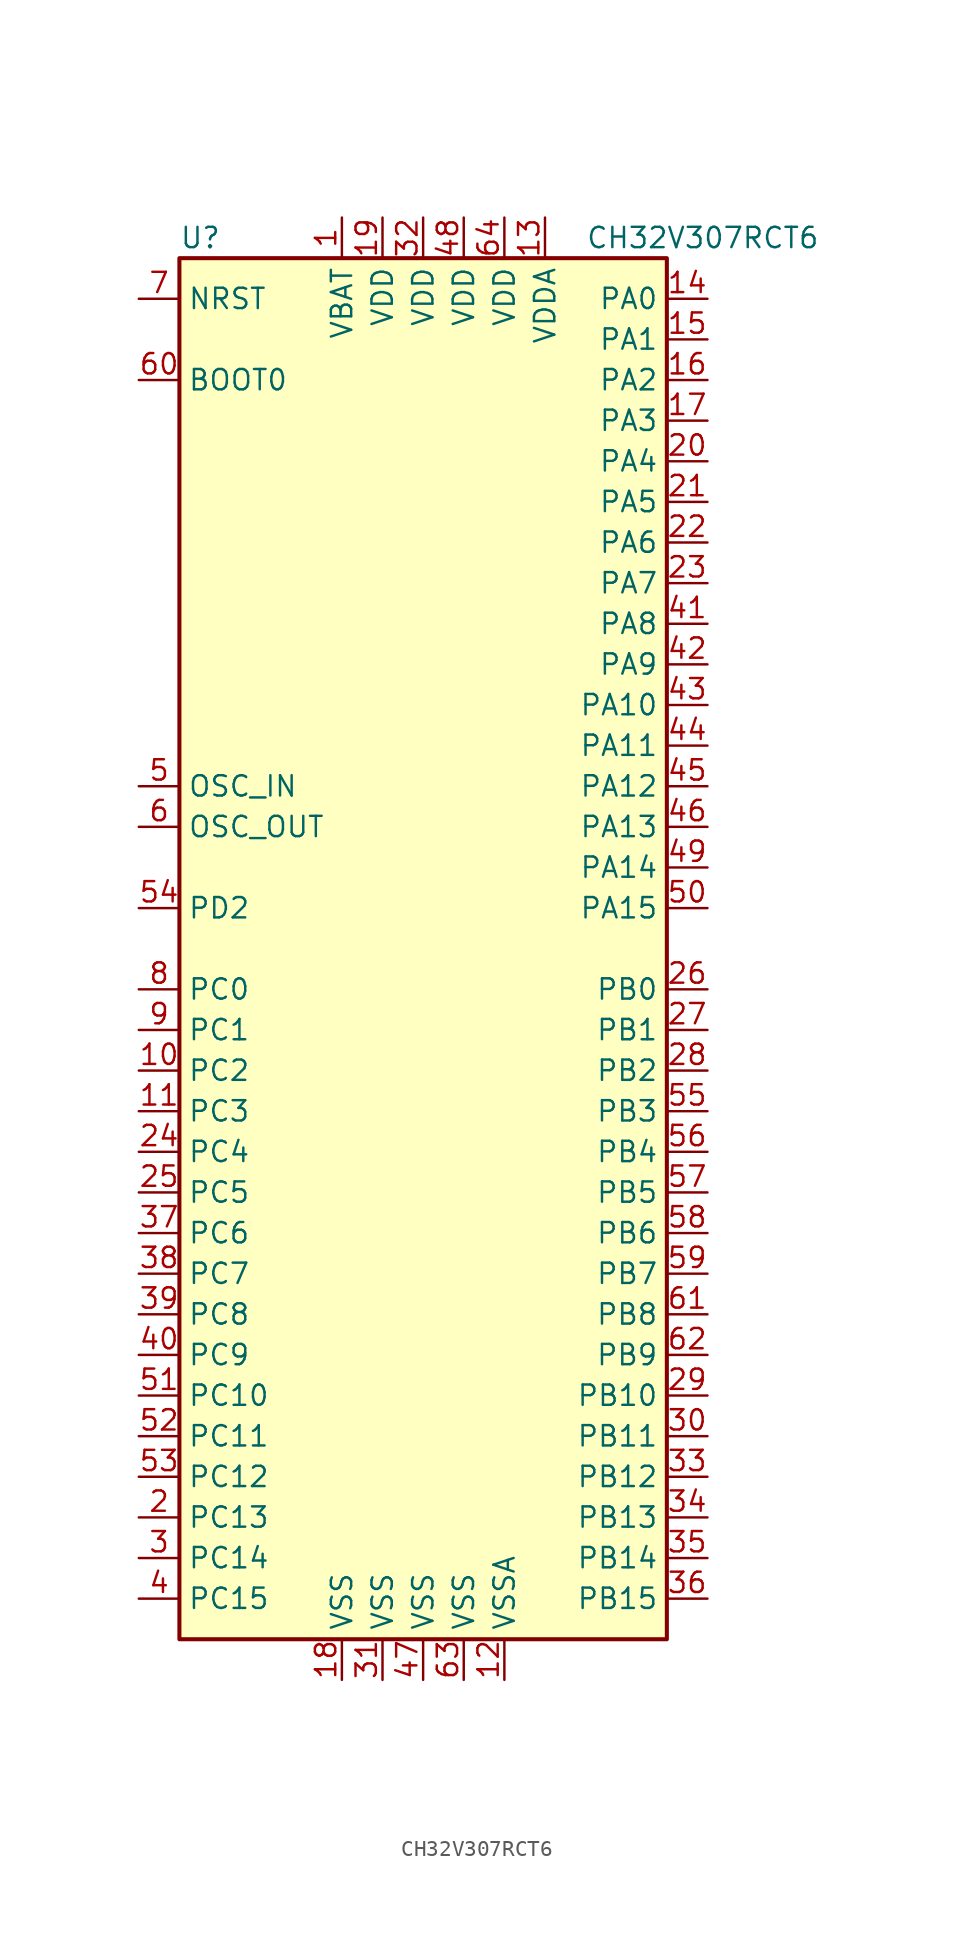
<source format=kicad_sym>
(kicad_symbol_lib
  (version 20211014)
  (generator kicad_symbol_editor)
  (symbol "CH32V307RCT6"
    (property "Reference" "U"
      (at 2.54 3.81 0)
      (effects (font (size 1.27 1.27)) (justify left)))
    (property "Value" "CH32V307RCT6"
      (at 27.94 3.81 0)
      (effects (font (size 1.27 1.27)) (justify left)))
    (symbol "CH32V307RCT6_0_1"
      (rectangle (start 2.54 -83.82) (end 33.02 2.54) (stroke (width 0.254) (type default) (color 0 0 0 0)) (fill (type background))))
    (symbol "CH32V307RCT6_1_1"
      (pin power_in line (at 12.7 5.08 270) (length 2.54) (name "VBAT" (effects (font (size 1.27 1.27)))) (number "1" (effects (font (size 1.27 1.27)))))
      (pin bidirectional line (at 0 -48.26 0) (length 2.54) (name "PC2" (effects (font (size 1.27 1.27)))) (number "10" (effects (font (size 1.27 1.27)))))
      (pin bidirectional line (at 0 -50.8 0) (length 2.54) (name "PC3" (effects (font (size 1.27 1.27)))) (number "11" (effects (font (size 1.27 1.27)))))
      (pin power_in line (at 22.86 -86.36 90) (length 2.54) (name "VSSA" (effects (font (size 1.27 1.27)))) (number "12" (effects (font (size 1.27 1.27)))))
      (pin power_in line (at 25.4 5.08 270) (length 2.54) (name "VDDA" (effects (font (size 1.27 1.27)))) (number "13" (effects (font (size 1.27 1.27)))))
      (pin bidirectional line (at 35.56 0 180) (length 2.54) (name "PA0" (effects (font (size 1.27 1.27)))) (number "14" (effects (font (size 1.27 1.27)))))
      (pin bidirectional line (at 35.56 -2.54 180) (length 2.54) (name "PA1" (effects (font (size 1.27 1.27)))) (number "15" (effects (font (size 1.27 1.27)))))
      (pin bidirectional line (at 35.56 -5.08 180) (length 2.54) (name "PA2" (effects (font (size 1.27 1.27)))) (number "16" (effects (font (size 1.27 1.27)))))
      (pin bidirectional line (at 35.56 -7.62 180) (length 2.54) (name "PA3" (effects (font (size 1.27 1.27)))) (number "17" (effects (font (size 1.27 1.27)))))
      (pin power_in line (at 12.7 -86.36 90) (length 2.54) (name "VSS" (effects (font (size 1.27 1.27)))) (number "18" (effects (font (size 1.27 1.27)))))
      (pin power_in line (at 15.24 5.08 270) (length 2.54) (name "VDD" (effects (font (size 1.27 1.27)))) (number "19" (effects (font (size 1.27 1.27)))))
      (pin bidirectional line (at 0 -76.2 0) (length 2.54) (name "PC13" (effects (font (size 1.27 1.27)))) (number "2" (effects (font (size 1.27 1.27)))))
      (pin bidirectional line (at 35.56 -10.16 180) (length 2.54) (name "PA4" (effects (font (size 1.27 1.27)))) (number "20" (effects (font (size 1.27 1.27)))))
      (pin bidirectional line (at 35.56 -12.7 180) (length 2.54) (name "PA5" (effects (font (size 1.27 1.27)))) (number "21" (effects (font (size 1.27 1.27)))))
      (pin bidirectional line (at 35.56 -15.24 180) (length 2.54) (name "PA6" (effects (font (size 1.27 1.27)))) (number "22" (effects (font (size 1.27 1.27)))))
      (pin bidirectional line (at 35.56 -17.78 180) (length 2.54) (name "PA7" (effects (font (size 1.27 1.27)))) (number "23" (effects (font (size 1.27 1.27)))))
      (pin bidirectional line (at 0 -53.34 0) (length 2.54) (name "PC4" (effects (font (size 1.27 1.27)))) (number "24" (effects (font (size 1.27 1.27)))))
      (pin bidirectional line (at 0 -55.88 0) (length 2.54) (name "PC5" (effects (font (size 1.27 1.27)))) (number "25" (effects (font (size 1.27 1.27)))))
      (pin bidirectional line (at 35.56 -43.18 180) (length 2.54) (name "PB0" (effects (font (size 1.27 1.27)))) (number "26" (effects (font (size 1.27 1.27)))))
      (pin bidirectional line (at 35.56 -45.72 180) (length 2.54) (name "PB1" (effects (font (size 1.27 1.27)))) (number "27" (effects (font (size 1.27 1.27)))))
      (pin bidirectional line (at 35.56 -48.26 180) (length 2.54) (name "PB2" (effects (font (size 1.27 1.27)))) (number "28" (effects (font (size 1.27 1.27)))))
      (pin bidirectional line (at 35.56 -68.58 180) (length 2.54) (name "PB10" (effects (font (size 1.27 1.27)))) (number "29" (effects (font (size 1.27 1.27)))))
      (pin bidirectional line (at 0 -78.74 0) (length 2.54) (name "PC14" (effects (font (size 1.27 1.27)))) (number "3" (effects (font (size 1.27 1.27)))))
      (pin bidirectional line (at 35.56 -71.12 180) (length 2.54) (name "PB11" (effects (font (size 1.27 1.27)))) (number "30" (effects (font (size 1.27 1.27)))))
      (pin power_in line (at 15.24 -86.36 90) (length 2.54) (name "VSS" (effects (font (size 1.27 1.27)))) (number "31" (effects (font (size 1.27 1.27)))))
      (pin power_in line (at 17.78 5.08 270) (length 2.54) (name "VDD" (effects (font (size 1.27 1.27)))) (number "32" (effects (font (size 1.27 1.27)))))
      (pin bidirectional line (at 35.56 -73.66 180) (length 2.54) (name "PB12" (effects (font (size 1.27 1.27)))) (number "33" (effects (font (size 1.27 1.27)))))
      (pin bidirectional line (at 35.56 -76.2 180) (length 2.54) (name "PB13" (effects (font (size 1.27 1.27)))) (number "34" (effects (font (size 1.27 1.27)))))
      (pin bidirectional line (at 35.56 -78.74 180) (length 2.54) (name "PB14" (effects (font (size 1.27 1.27)))) (number "35" (effects (font (size 1.27 1.27)))))
      (pin bidirectional line (at 35.56 -81.28 180) (length 2.54) (name "PB15" (effects (font (size 1.27 1.27)))) (number "36" (effects (font (size 1.27 1.27)))))
      (pin bidirectional line (at 0 -58.42 0) (length 2.54) (name "PC6" (effects (font (size 1.27 1.27)))) (number "37" (effects (font (size 1.27 1.27)))))
      (pin bidirectional line (at 0 -60.96 0) (length 2.54) (name "PC7" (effects (font (size 1.27 1.27)))) (number "38" (effects (font (size 1.27 1.27)))))
      (pin bidirectional line (at 0 -63.5 0) (length 2.54) (name "PC8" (effects (font (size 1.27 1.27)))) (number "39" (effects (font (size 1.27 1.27)))))
      (pin bidirectional line (at 0 -81.28 0) (length 2.54) (name "PC15" (effects (font (size 1.27 1.27)))) (number "4" (effects (font (size 1.27 1.27)))))
      (pin bidirectional line (at 0 -66.04 0) (length 2.54) (name "PC9" (effects (font (size 1.27 1.27)))) (number "40" (effects (font (size 1.27 1.27)))))
      (pin bidirectional line (at 35.56 -20.32 180) (length 2.54) (name "PA8" (effects (font (size 1.27 1.27)))) (number "41" (effects (font (size 1.27 1.27)))))
      (pin bidirectional line (at 35.56 -22.86 180) (length 2.54) (name "PA9" (effects (font (size 1.27 1.27)))) (number "42" (effects (font (size 1.27 1.27)))))
      (pin bidirectional line (at 35.56 -25.4 180) (length 2.54) (name "PA10" (effects (font (size 1.27 1.27)))) (number "43" (effects (font (size 1.27 1.27)))))
      (pin bidirectional line (at 35.56 -27.94 180) (length 2.54) (name "PA11" (effects (font (size 1.27 1.27)))) (number "44" (effects (font (size 1.27 1.27)))))
      (pin bidirectional line (at 35.56 -30.48 180) (length 2.54) (name "PA12" (effects (font (size 1.27 1.27)))) (number "45" (effects (font (size 1.27 1.27)))))
      (pin bidirectional line (at 35.56 -33.02 180) (length 2.54) (name "PA13" (effects (font (size 1.27 1.27)))) (number "46" (effects (font (size 1.27 1.27)))))
      (pin power_in line (at 17.78 -86.36 90) (length 2.54) (name "VSS" (effects (font (size 1.27 1.27)))) (number "47" (effects (font (size 1.27 1.27)))))
      (pin power_in line (at 20.32 5.08 270) (length 2.54) (name "VDD" (effects (font (size 1.27 1.27)))) (number "48" (effects (font (size 1.27 1.27)))))
      (pin bidirectional line (at 35.56 -35.56 180) (length 2.54) (name "PA14" (effects (font (size 1.27 1.27)))) (number "49" (effects (font (size 1.27 1.27)))))
      (pin input line (at 0 -30.48 0) (length 2.54) (name "OSC_IN" (effects (font (size 1.27 1.27)))) (number "5" (effects (font (size 1.27 1.27)))))
      (pin bidirectional line (at 35.56 -38.1 180) (length 2.54) (name "PA15" (effects (font (size 1.27 1.27)))) (number "50" (effects (font (size 1.27 1.27)))))
      (pin bidirectional line (at 0 -68.58 0) (length 2.54) (name "PC10" (effects (font (size 1.27 1.27)))) (number "51" (effects (font (size 1.27 1.27)))))
      (pin bidirectional line (at 0 -71.12 0) (length 2.54) (name "PC11" (effects (font (size 1.27 1.27)))) (number "52" (effects (font (size 1.27 1.27)))))
      (pin bidirectional line (at 0 -73.66 0) (length 2.54) (name "PC12" (effects (font (size 1.27 1.27)))) (number "53" (effects (font (size 1.27 1.27)))))
      (pin bidirectional line (at 0 -38.1 0) (length 2.54) (name "PD2" (effects (font (size 1.27 1.27)))) (number "54" (effects (font (size 1.27 1.27)))))
      (pin bidirectional line (at 35.56 -50.8 180) (length 2.54) (name "PB3" (effects (font (size 1.27 1.27)))) (number "55" (effects (font (size 1.27 1.27)))))
      (pin bidirectional line (at 35.56 -53.34 180) (length 2.54) (name "PB4" (effects (font (size 1.27 1.27)))) (number "56" (effects (font (size 1.27 1.27)))))
      (pin bidirectional line (at 35.56 -55.88 180) (length 2.54) (name "PB5" (effects (font (size 1.27 1.27)))) (number "57" (effects (font (size 1.27 1.27)))))
      (pin bidirectional line (at 35.56 -58.42 180) (length 2.54) (name "PB6" (effects (font (size 1.27 1.27)))) (number "58" (effects (font (size 1.27 1.27)))))
      (pin bidirectional line (at 35.56 -60.96 180) (length 2.54) (name "PB7" (effects (font (size 1.27 1.27)))) (number "59" (effects (font (size 1.27 1.27)))))
      (pin output line (at 0 -33.02 0) (length 2.54) (name "OSC_OUT" (effects (font (size 1.27 1.27)))) (number "6" (effects (font (size 1.27 1.27)))))
      (pin input line (at 0 -5.08 0) (length 2.54) (name "BOOT0" (effects (font (size 1.27 1.27)))) (number "60" (effects (font (size 1.27 1.27)))))
      (pin bidirectional line (at 35.56 -63.5 180) (length 2.54) (name "PB8" (effects (font (size 1.27 1.27)))) (number "61" (effects (font (size 1.27 1.27)))))
      (pin bidirectional line (at 35.56 -66.04 180) (length 2.54) (name "PB9" (effects (font (size 1.27 1.27)))) (number "62" (effects (font (size 1.27 1.27)))))
      (pin power_in line (at 20.32 -86.36 90) (length 2.54) (name "VSS" (effects (font (size 1.27 1.27)))) (number "63" (effects (font (size 1.27 1.27)))))
      (pin power_in line (at 22.86 5.08 270) (length 2.54) (name "VDD" (effects (font (size 1.27 1.27)))) (number "64" (effects (font (size 1.27 1.27)))))
      (pin input line (at 0 0 0) (length 2.54) (name "NRST" (effects (font (size 1.27 1.27)))) (number "7" (effects (font (size 1.27 1.27)))))
      (pin bidirectional line (at 0 -43.18 0) (length 2.54) (name "PC0" (effects (font (size 1.27 1.27)))) (number "8" (effects (font (size 1.27 1.27)))))
      (pin bidirectional line (at 0 -45.72 0) (length 2.54) (name "PC1" (effects (font (size 1.27 1.27)))) (number "9" (effects (font (size 1.27 1.27))))))))
</source>
